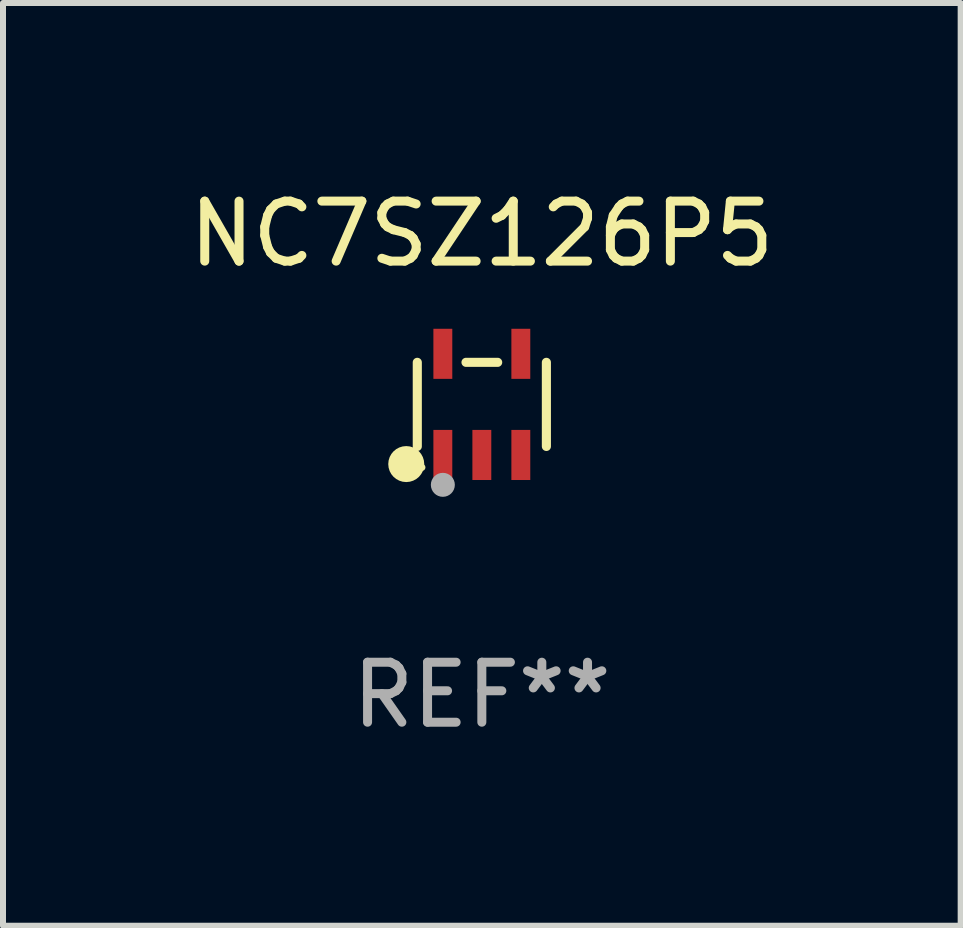
<source format=kicad_pcb>
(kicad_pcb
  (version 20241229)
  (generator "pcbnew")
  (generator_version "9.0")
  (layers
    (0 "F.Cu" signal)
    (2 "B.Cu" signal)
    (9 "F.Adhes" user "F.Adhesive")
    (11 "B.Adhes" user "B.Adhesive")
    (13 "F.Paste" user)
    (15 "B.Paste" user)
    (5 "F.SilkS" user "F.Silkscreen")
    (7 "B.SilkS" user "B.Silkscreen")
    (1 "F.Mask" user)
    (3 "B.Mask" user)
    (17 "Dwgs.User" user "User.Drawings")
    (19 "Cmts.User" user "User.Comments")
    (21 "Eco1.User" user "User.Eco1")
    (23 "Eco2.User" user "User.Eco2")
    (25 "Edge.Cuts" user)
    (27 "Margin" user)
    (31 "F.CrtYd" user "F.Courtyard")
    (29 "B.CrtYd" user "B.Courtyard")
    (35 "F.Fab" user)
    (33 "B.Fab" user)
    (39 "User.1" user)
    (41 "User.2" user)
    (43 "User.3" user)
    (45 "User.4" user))
  (footprint "NC7SZ126P5"
    (layer "F.Cu")
    (at 4.982 3.691)
    (property "Reference" "NC7SZ126P5" (at 0 -2.843 0) (layer "F.SilkS") (effects (font (size 1 1) (thickness 0.15))))
    (attr through_hole)
    (fp_line (start -1.076 0.701) (end -1.076 -0.701) (stroke (width 0.152) (type solid)) (layer "F.SilkS"))
    (fp_line (start 0.264 -0.701) (end -0.264 -0.701) (stroke (width 0.152) (type solid)) (layer "F.SilkS"))
    (fp_line (start 1.076 0.701) (end 1.076 -0.701) (stroke (width 0.152) (type solid)) (layer "F.SilkS"))
    (fp_circle (center -1.26 0.995) (end -1.11 0.995) (stroke (width 0.3) (type solid)) (fill no) (layer "F.SilkS"))
    (fp_circle (center -1 1.05) (end -0.97 1.05) (stroke (width 0.06) (type solid)) (fill no) (layer "F.SilkS"))
    (fp_circle (center -0.65 1.341) (end -0.55 1.341) (stroke (width 0.2) (type solid)) (fill no) (layer "F.Fab"))
    (fp_text user "REF**" (at 0 4.843 0) (layer "F.Fab") (effects (font (size 1 1) (thickness 0.15))))
    (pad "1" smd rect (at -0.65 0.843) (size 0.315 0.835) (layers "F.Cu" "F.Mask" "F.Paste"))
    (pad "2" smd rect (at 0.00014 0.843) (size 0.315 0.835) (layers "F.Cu" "F.Mask" "F.Paste"))
    (pad "3" smd rect (at 0.65 0.843) (size 0.315 0.835) (layers "F.Cu" "F.Mask" "F.Paste"))
    (pad "4" smd rect (at 0.65 -0.843) (size 0.315 0.835) (layers "F.Cu" "F.Mask" "F.Paste"))
    (pad "5" smd rect (at -0.65 -0.843) (size 0.315 0.835) (layers "F.Cu" "F.Mask" "F.Paste")))
  (gr_rect
    (start -3 -3)
    (end 12.964 12.382)
    (stroke (width 0.1) (type default))
    (fill no)
    (layer "Edge.Cuts")))
</source>
